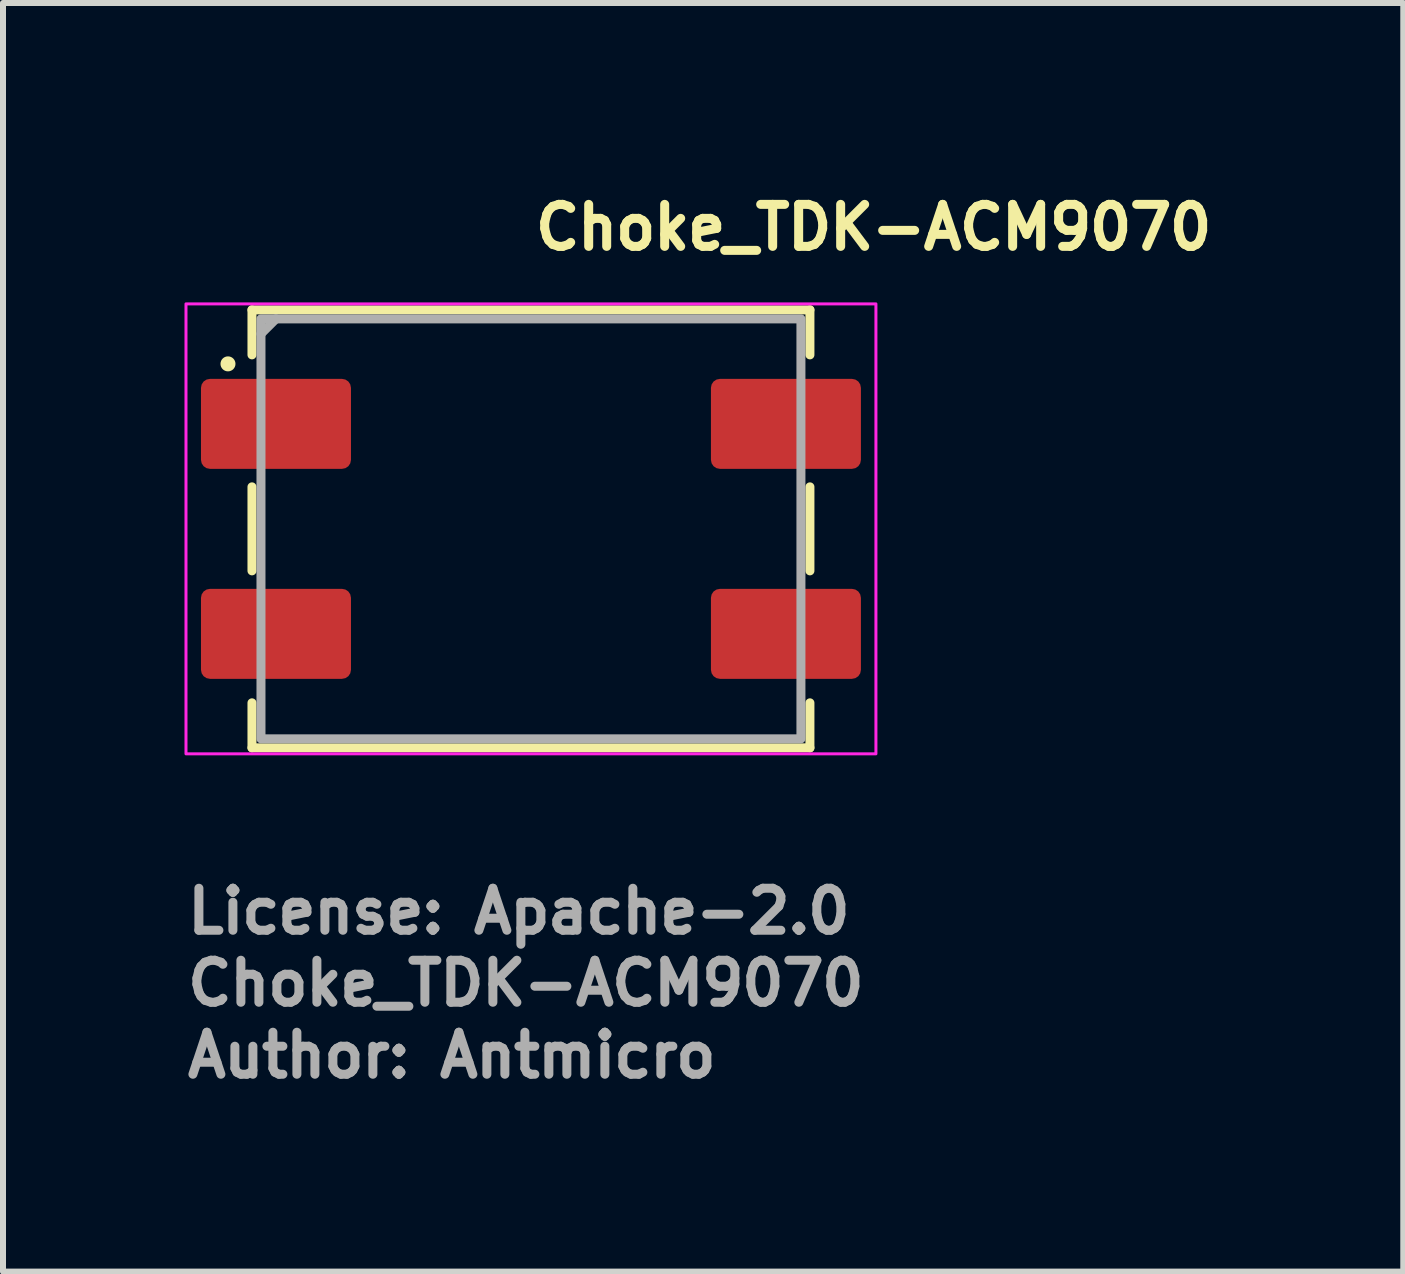
<source format=kicad_pcb>
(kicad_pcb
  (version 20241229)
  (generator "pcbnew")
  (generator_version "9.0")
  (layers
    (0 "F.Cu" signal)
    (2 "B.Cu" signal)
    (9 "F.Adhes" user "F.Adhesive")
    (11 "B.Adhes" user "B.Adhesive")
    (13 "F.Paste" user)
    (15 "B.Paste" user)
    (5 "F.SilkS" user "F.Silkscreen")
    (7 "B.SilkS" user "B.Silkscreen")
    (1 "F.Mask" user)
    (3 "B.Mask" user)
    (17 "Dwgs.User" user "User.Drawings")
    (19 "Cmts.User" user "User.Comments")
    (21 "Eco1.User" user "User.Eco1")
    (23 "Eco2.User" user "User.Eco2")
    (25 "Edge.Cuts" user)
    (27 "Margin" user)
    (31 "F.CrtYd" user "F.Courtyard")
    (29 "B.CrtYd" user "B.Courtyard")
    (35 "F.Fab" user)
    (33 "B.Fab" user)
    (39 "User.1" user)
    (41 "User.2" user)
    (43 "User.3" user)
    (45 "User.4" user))
  (footprint "Choke_TDK-ACM9070"
    (layer "F.Cu")
    (at 5.8 5.765)
    (property "Reference" "Choke_TDK-ACM9070" (at -0.003 -4.615 0) (layer "F.SilkS") (effects (font (size 0.7 0.7) (thickness 0.15)) (justify left bottom)))
    (attr smd)
    (fp_line (start -4.65 -3.65) (end -4.65 -2.9) (stroke (width 0.15) (type solid)) (layer "F.SilkS"))
    (fp_line (start -4.65 -0.7) (end -4.65 0.7) (stroke (width 0.15) (type solid)) (layer "F.SilkS"))
    (fp_line (start -4.65 2.9) (end -4.65 3.65) (stroke (width 0.15) (type solid)) (layer "F.SilkS"))
    (fp_line (start -4.65 3.65) (end 4.65 3.65) (stroke (width 0.15) (type solid)) (layer "F.SilkS"))
    (fp_line (start 4.65 -3.65) (end -4.65 -3.65) (stroke (width 0.15) (type solid)) (layer "F.SilkS"))
    (fp_line (start 4.65 -2.9) (end 4.65 -3.65) (stroke (width 0.15) (type solid)) (layer "F.SilkS"))
    (fp_line (start 4.65 0.7) (end 4.65 -0.7) (stroke (width 0.15) (type solid)) (layer "F.SilkS"))
    (fp_line (start 4.65 3.65) (end 4.65 2.9) (stroke (width 0.15) (type solid)) (layer "F.SilkS"))
    (fp_circle (center -5.05 -2.75) (end -5 -2.75) (stroke (width 0.15) (type solid)) (fill yes) (layer "F.SilkS"))
    (fp_rect (start -5.75 -3.75) (end 5.75 3.75) (stroke (width 0.05) (type solid)) (fill no) (layer "F.CrtYd"))
    (fp_line (start -4.5 -3.25) (end -4.25 -3.5) (stroke (width 0.15) (type solid)) (layer "F.Fab"))
    (fp_rect (start -4.5 -3.5) (end 4.5 3.5) (stroke (width 0.15) (type solid)) (fill no) (layer "F.Fab"))
    (fp_rect (start -4.5 -3.5) (end 4.5 3.5) (stroke (width 0.1) (type solid)) (fill no) (layer "User.5"))
    (fp_line (start -4.5 -3.5) (end -4.5 3.5) (stroke (width 0.02) (type solid)) (layer "User.9"))
    (fp_line (start -2.75 -3.5) (end -4.5 -3.5) (stroke (width 0.02) (type solid)) (layer "User.9"))
    (fp_line (start -2.75 -3.05) (end -2.75 -3.5) (stroke (width 0.02) (type solid)) (layer "User.9"))
    (fp_line (start -2.75 3.049) (end 2.75 3.049) (stroke (width 0.02) (type solid)) (layer "User.9"))
    (fp_line (start -2.75 3.05) (end 2.75 3.05) (stroke (width 0.02) (type solid)) (layer "User.9"))
    (fp_line (start -2.75 3.5) (end -4.5 3.5) (stroke (width 0.02) (type solid)) (layer "User.9"))
    (fp_line (start -2.75 3.5) (end -2.75 3.05) (stroke (width 0.02) (type solid)) (layer "User.9"))
    (fp_line (start 2.75 -3.5) (end 2.75 -3.05) (stroke (width 0.02) (type solid)) (layer "User.9"))
    (fp_line (start 2.75 -3.5) (end 4.5 -3.5) (stroke (width 0.02) (type solid)) (layer "User.9"))
    (fp_line (start 2.75 -3.05) (end -2.75 -3.05) (stroke (width 0.02) (type solid)) (layer "User.9"))
    (fp_line (start 2.75 -3.049) (end -2.75 -3.049) (stroke (width 0.02) (type solid)) (layer "User.9"))
    (fp_line (start 2.75 3.05) (end 2.75 3.5) (stroke (width 0.02) (type solid)) (layer "User.9"))
    (fp_line (start 2.75 3.5) (end 4.5 3.5) (stroke (width 0.02) (type solid)) (layer "User.9"))
    (fp_line (start 4.5 3.5) (end 4.5 -3.5) (stroke (width 0.02) (type solid)) (layer "User.9"))
    (fp_text user "Author: Antmicro" (at -5.8 9.184 0) (layer "F.Fab") (effects (font (size 0.7 0.7) (thickness 0.15)) (justify left bottom)))
    (fp_text user "${REFERENCE}" (at -5.8 7.984 0) (layer "F.Fab") (effects (font (size 0.7 0.7) (thickness 0.15)) (justify left bottom)))
    (fp_text user "License: Apache-2.0" (at -5.8 6.784 0) (layer "F.Fab") (effects (font (size 0.7 0.7) (thickness 0.15)) (justify left bottom)))
    (pad "1" smd roundrect (at -4.25 -1.75) (size 2.5 1.5) (layers "F.Cu" "F.Mask" "F.Paste") (roundrect_rratio 0.1))
    (pad "2" smd roundrect (at -4.25 1.75) (size 2.5 1.5) (layers "F.Cu" "F.Mask" "F.Paste") (roundrect_rratio 0.1))
    (pad "3" smd roundrect (at 4.25 1.75) (size 2.5 1.5) (layers "F.Cu" "F.Mask" "F.Paste") (roundrect_rratio 0.1))
    (pad "4" smd roundrect (at 4.25 -1.75) (size 2.5 1.5) (layers "F.Cu" "F.Mask" "F.Paste") (roundrect_rratio 0.1)))
  (gr_rect
    (start -3 -3)
    (end 20.34 18.145)
    (stroke (width 0.1) (type default))
    (fill no)
    (layer "Edge.Cuts")))
</source>
